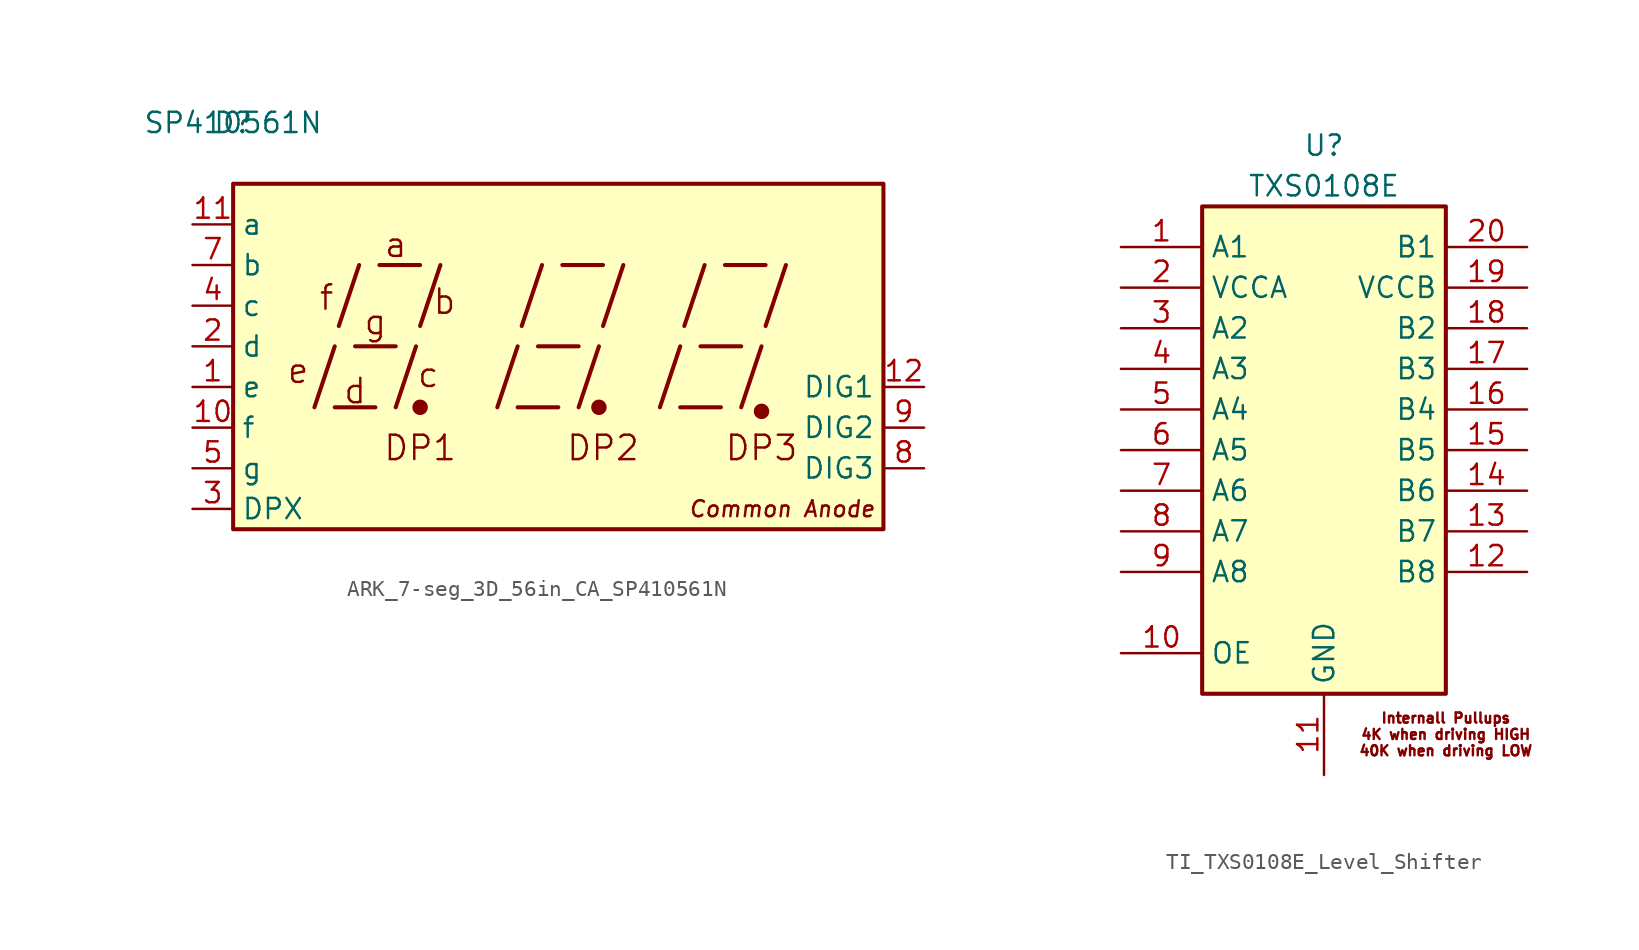
<source format=kicad_sym>
(kicad_symbol_lib
  (version 20220914)
  (generator kicad_symbol_editor)
  (symbol "ARK_7-seg_3D_56in_CA_SP410561N"
    (property "Reference" "D"
      (at 0 0 0)
      (effects (font (size 1.27 1.27))))
    (property "Value" "SP410561N"
      (at 0 0 0)
      (effects (font (size 1.27 1.27))))
    (symbol "ARK_7-seg_3D_56in_CA_SP410561N_0_0"
      (rectangle (start 0 -3.81) (end 40.64 -25.4) (stroke (width 0.254) (type default)) (fill (type background)))
      (polyline (pts (xy 5.08 -17.78) (xy 6.35 -13.97)) (stroke (width 0.254) (type default)) (fill (type none)))
      (polyline (pts (xy 6.35 -17.78) (xy 8.89 -17.78)) (stroke (width 0.254) (type default)) (fill (type none)))
      (polyline (pts (xy 6.604 -12.7) (xy 7.874 -8.89)) (stroke (width 0.254) (type default)) (fill (type none)))
      (polyline (pts (xy 7.62 -13.97) (xy 10.16 -13.97)) (stroke (width 0.254) (type default)) (fill (type none)))
      (polyline (pts (xy 9.144 -8.89) (xy 11.684 -8.89)) (stroke (width 0.254) (type default)) (fill (type none)))
      (polyline (pts (xy 10.16 -17.78) (xy 11.43 -13.97)) (stroke (width 0.254) (type default)) (fill (type none)))
      (polyline (pts (xy 11.684 -12.7) (xy 12.954 -8.89)) (stroke (width 0.254) (type default)) (fill (type none)))
      (polyline (pts (xy 16.51 -17.78) (xy 17.78 -13.97)) (stroke (width 0.254) (type default)) (fill (type none)))
      (polyline (pts (xy 17.78 -17.78) (xy 20.32 -17.78)) (stroke (width 0.254) (type default)) (fill (type none)))
      (polyline (pts (xy 18.034 -12.7) (xy 19.304 -8.89)) (stroke (width 0.254) (type default)) (fill (type none)))
      (polyline (pts (xy 19.05 -13.97) (xy 21.59 -13.97)) (stroke (width 0.254) (type default)) (fill (type none)))
      (polyline (pts (xy 20.574 -8.89) (xy 23.114 -8.89)) (stroke (width 0.254) (type default)) (fill (type none)))
      (polyline (pts (xy 21.59 -17.78) (xy 22.86 -13.97)) (stroke (width 0.254) (type default)) (fill (type none)))
      (polyline (pts (xy 23.114 -12.7) (xy 24.384 -8.89)) (stroke (width 0.254) (type default)) (fill (type none)))
      (polyline (pts (xy 26.67 -17.78) (xy 27.94 -13.97)) (stroke (width 0.254) (type default)) (fill (type none)))
      (polyline (pts (xy 27.94 -17.78) (xy 30.48 -17.78)) (stroke (width 0.254) (type default)) (fill (type none)))
      (polyline (pts (xy 28.194 -12.7) (xy 29.464 -8.89)) (stroke (width 0.254) (type default)) (fill (type none)))
      (polyline (pts (xy 29.21 -13.97) (xy 31.75 -13.97)) (stroke (width 0.254) (type default)) (fill (type none)))
      (polyline (pts (xy 30.734 -8.89) (xy 33.274 -8.89)) (stroke (width 0.254) (type default)) (fill (type none)))
      (polyline (pts (xy 31.75 -17.78) (xy 33.02 -13.97)) (stroke (width 0.254) (type default)) (fill (type none)))
      (polyline (pts (xy 33.274 -12.7) (xy 34.544 -8.89)) (stroke (width 0.254) (type default)) (fill (type none)))
      (text "a" (at 10.16 -7.62 0) (effects (font (size 1.524 1.524))))
      (text "b" (at 13.208 -11.176 0) (effects (font (size 1.524 1.524))))
      (text "c" (at 12.192 -15.748 0) (effects (font (size 1.524 1.524))))
      (text "d" (at 7.62 -16.764 0) (effects (font (size 1.524 1.524))))
      (text "DP1" (at 11.684 -20.32 0) (effects (font (size 1.524 1.524))))
      (text "DP2" (at 23.114 -20.32 0) (effects (font (size 1.524 1.524))))
      (text "DP3" (at 33.02 -20.32 0) (effects (font (size 1.524 1.524))))
      (text "e" (at 4.064 -15.494 0) (effects (font (size 1.524 1.524))))
      (text "f" (at 5.842 -10.922 0) (effects (font (size 1.524 1.524))))
      (text "g" (at 8.89 -12.446 0) (effects (font (size 1.524 1.524)))))
    (symbol "ARK_7-seg_3D_56in_CA_SP410561N_0_1"
      (circle (center 11.684 -17.78) (radius 0.356) (stroke (width 0.254) (type default)) (fill (type outline)))
      (circle (center 22.86 -17.78) (radius 0.356) (stroke (width 0.254) (type default)) (fill (type outline))))
    (symbol "ARK_7-seg_3D_56in_CA_SP410561N_1_0"
      (circle (center 33.02 -18.034) (radius 0.356) (stroke (width 0.254) (type default)) (fill (type outline))))
    (symbol "ARK_7-seg_3D_56in_CA_SP410561N_1_1"
      (text "Common Anode" (at 34.29 -24.13 0) (effects (font (size 1 1) italic)))
      (pin input line (at -2.54 -16.51 0) (length 2.54) (name "e" (effects (font (size 1.27 1.27)))) (number "1" (effects (font (size 1.27 1.27)))))
      (pin input line (at -2.54 -19.05 0) (length 2.54) (name "f" (effects (font (size 1.27 1.27)))) (number "10" (effects (font (size 1.27 1.27)))))
      (pin input line (at -2.54 -6.35 0) (length 2.54) (name "a" (effects (font (size 1.27 1.27)))) (number "11" (effects (font (size 1.27 1.27)))))
      (pin input line (at 43.18 -16.51 180) (length 2.54) (name "DIG1" (effects (font (size 1.27 1.27)))) (number "12" (effects (font (size 1.27 1.27)))))
      (pin input line (at -2.54 -13.97 0) (length 2.54) (name "d" (effects (font (size 1.27 1.27)))) (number "2" (effects (font (size 1.27 1.27)))))
      (pin input line (at -2.54 -24.13 0) (length 2.54) (name "DPX" (effects (font (size 1.27 1.27)))) (number "3" (effects (font (size 1.27 1.27)))))
      (pin input line (at -2.54 -11.43 0) (length 2.54) (name "c" (effects (font (size 1.27 1.27)))) (number "4" (effects (font (size 1.27 1.27)))))
      (pin input line (at -2.54 -21.59 0) (length 2.54) (name "g" (effects (font (size 1.27 1.27)))) (number "5" (effects (font (size 1.27 1.27)))))
      (pin input line (at -2.54 -8.89 0) (length 2.54) (name "b" (effects (font (size 1.27 1.27)))) (number "7" (effects (font (size 1.27 1.27)))))
      (pin input line (at 43.18 -21.59 180) (length 2.54) (name "DIG3" (effects (font (size 1.27 1.27)))) (number "8" (effects (font (size 1.27 1.27)))))
      (pin input line (at 43.18 -19.05 180) (length 2.54) (name "DIG2" (effects (font (size 1.27 1.27)))) (number "9" (effects (font (size 1.27 1.27)))))))
  (symbol "TI_TXS0108E_Level_Shifter"
    (property "Reference" "U"
      (at 6.35 2.54 0)
      (effects (font (size 1.27 1.27))))
    (property "Value" "TXS0108E"
      (at 6.35 0 0)
      (effects (font (size 1.27 1.27))))
    (symbol "TI_TXS0108E_Level_Shifter_1_0"
      (pin tri_state line (at -6.35 -3.81 0) (length 5.08) (name "A1" (effects (font (size 1.27 1.27)))) (number "1" (effects (font (size 1.27 1.27)))))
      (pin input line (at -6.35 -29.21 0) (length 5.08) (name "OE" (effects (font (size 1.27 1.27)))) (number "10" (effects (font (size 1.27 1.27)))))
      (pin power_in line (at 6.35 -36.83 90) (length 5.08) (name "GND" (effects (font (size 1.27 1.27)))) (number "11" (effects (font (size 1.27 1.27)))))
      (pin tri_state line (at 19.05 -24.13 180) (length 5.08) (name "B8" (effects (font (size 1.27 1.27)))) (number "12" (effects (font (size 1.27 1.27)))))
      (pin tri_state line (at 19.05 -21.59 180) (length 5.08) (name "B7" (effects (font (size 1.27 1.27)))) (number "13" (effects (font (size 1.27 1.27)))))
      (pin tri_state line (at 19.05 -19.05 180) (length 5.08) (name "B6" (effects (font (size 1.27 1.27)))) (number "14" (effects (font (size 1.27 1.27)))))
      (pin tri_state line (at 19.05 -16.51 180) (length 5.08) (name "B5" (effects (font (size 1.27 1.27)))) (number "15" (effects (font (size 1.27 1.27)))))
      (pin tri_state line (at 19.05 -13.97 180) (length 5.08) (name "B4" (effects (font (size 1.27 1.27)))) (number "16" (effects (font (size 1.27 1.27)))))
      (pin tri_state line (at 19.05 -11.43 180) (length 5.08) (name "B3" (effects (font (size 1.27 1.27)))) (number "17" (effects (font (size 1.27 1.27)))))
      (pin tri_state line (at 19.05 -8.89 180) (length 5.08) (name "B2" (effects (font (size 1.27 1.27)))) (number "18" (effects (font (size 1.27 1.27)))))
      (pin power_out line (at 19.05 -6.35 180) (length 5.08) (name "VCCB" (effects (font (size 1.27 1.27)))) (number "19" (effects (font (size 1.27 1.27)))))
      (pin power_in line (at -6.35 -6.35 0) (length 5.08) (name "VCCA" (effects (font (size 1.27 1.27)))) (number "2" (effects (font (size 1.27 1.27)))))
      (pin tri_state line (at 19.05 -3.81 180) (length 5.08) (name "B1" (effects (font (size 1.27 1.27)))) (number "20" (effects (font (size 1.27 1.27)))))
      (pin tri_state line (at -6.35 -8.89 0) (length 5.08) (name "A2" (effects (font (size 1.27 1.27)))) (number "3" (effects (font (size 1.27 1.27)))))
      (pin tri_state line (at -6.35 -11.43 0) (length 5.08) (name "A3" (effects (font (size 1.27 1.27)))) (number "4" (effects (font (size 1.27 1.27)))))
      (pin tri_state line (at -6.35 -13.97 0) (length 5.08) (name "A4" (effects (font (size 1.27 1.27)))) (number "5" (effects (font (size 1.27 1.27)))))
      (pin tri_state line (at -6.35 -16.51 0) (length 5.08) (name "A5" (effects (font (size 1.27 1.27)))) (number "6" (effects (font (size 1.27 1.27)))))
      (pin tri_state line (at -6.35 -19.05 0) (length 5.08) (name "A6" (effects (font (size 1.27 1.27)))) (number "7" (effects (font (size 1.27 1.27)))))
      (pin tri_state line (at -6.35 -21.59 0) (length 5.08) (name "A7" (effects (font (size 1.27 1.27)))) (number "8" (effects (font (size 1.27 1.27)))))
      (pin tri_state line (at -6.35 -24.13 0) (length 5.08) (name "A8" (effects (font (size 1.27 1.27)))) (number "9" (effects (font (size 1.27 1.27))))))
    (symbol "TI_TXS0108E_Level_Shifter_1_1"
      (rectangle (start -1.27 -1.27) (end 13.97 -31.75) (stroke (width 0.254) (type default)) (fill (type background)))
      (text "Internall Pullups\n4K when driving HIGH\n40K when driving LOW" (at 13.97 -34.29 0) (effects (font (size 0.635 0.635)))))))
</source>
